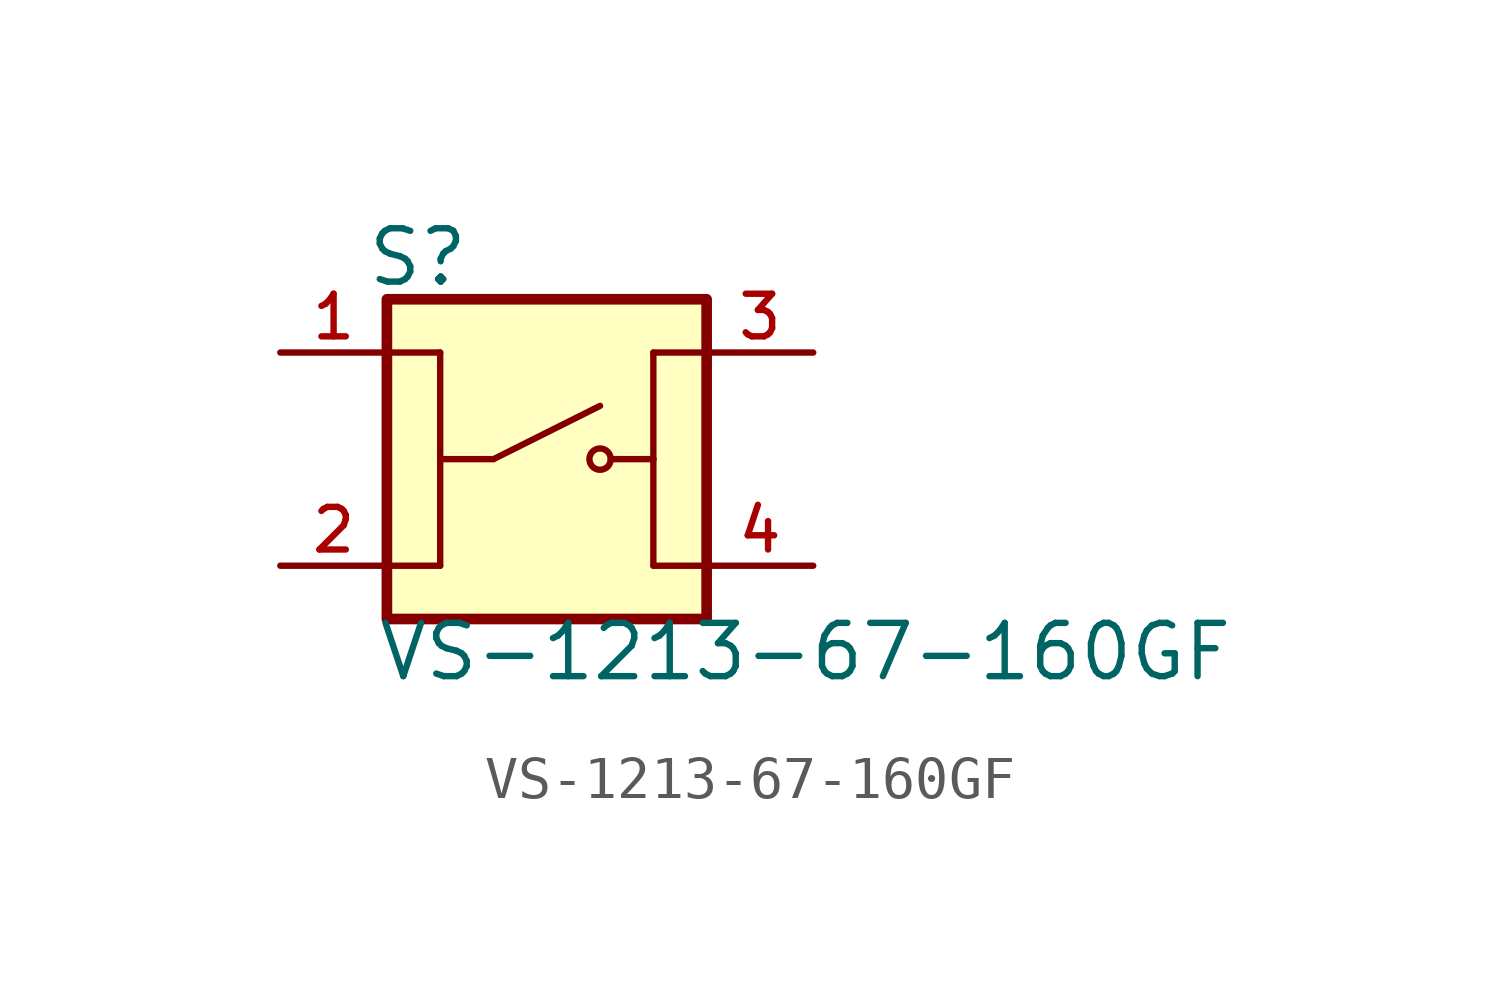
<source format=kicad_sym>
(kicad_symbol_lib
  (version 20211014)
  (generator kicad_symbol_editor)
  (symbol "VS-1213-67-160GF"
    (pin_names
      (offset 1.016))
    (property "Reference" "S"
      (at -4.322 4.068 0)
      (effects (font (size 1.27 1.27)) (justify bottom left)))
    (property "Value" "VS-1213-67-160GF"
      (at -4.064 -5.335 0)
      (effects (font (size 1.27 1.27)) (justify bottom left)))
    (symbol "VS-1213-67-160GF_0_0"
      (circle (center 1.27 0.0) (radius 0.254) (stroke (width 0.152)) (fill (type none)))
      (polyline (pts (xy -1.27 0.0) (xy 1.27 1.27)) (stroke (width 0.152)))
      (polyline (pts (xy -2.54 0.0) (xy -1.27 0.0)) (stroke (width 0.152)))
      (polyline (pts (xy 1.524 0.0) (xy 2.54 0.0)) (stroke (width 0.152)))
      (polyline (pts (xy -3.81 2.54) (xy -2.54 2.54)) (stroke (width 0.152)))
      (polyline (pts (xy -2.54 2.54) (xy -2.54 -2.54)) (stroke (width 0.152)))
      (polyline (pts (xy -2.54 -2.54) (xy -3.81 -2.54)) (stroke (width 0.152)))
      (polyline (pts (xy 3.81 2.54) (xy 2.54 2.54)) (stroke (width 0.152)))
      (polyline (pts (xy 2.54 2.54) (xy 2.54 0.0)) (stroke (width 0.152)))
      (polyline (pts (xy 2.54 0.0) (xy 2.54 -2.54)) (stroke (width 0.152)))
      (polyline (pts (xy 2.54 -2.54) (xy 3.81 -2.54)) (stroke (width 0.152)))
      (rectangle (start -3.81 -3.81) (end 3.81 3.81) (stroke (width 0.254)) (fill (type background)))
      (pin passive line (at -6.35 2.54 0) (length 2.54) (name "~" (effects (font (size 1.016 1.016)))) (number "1" (effects (font (size 1.016 1.016)))))
      (pin passive line (at -6.35 -2.54 0) (length 2.54) (name "~" (effects (font (size 1.016 1.016)))) (number "2" (effects (font (size 1.016 1.016)))))
      (pin passive line (at 6.35 2.54 180.0) (length 2.54) (name "~" (effects (font (size 1.016 1.016)))) (number "3" (effects (font (size 1.016 1.016)))))
      (pin passive line (at 6.35 -2.54 180.0) (length 2.54) (name "~" (effects (font (size 1.016 1.016)))) (number "4" (effects (font (size 1.016 1.016))))))))
</source>
